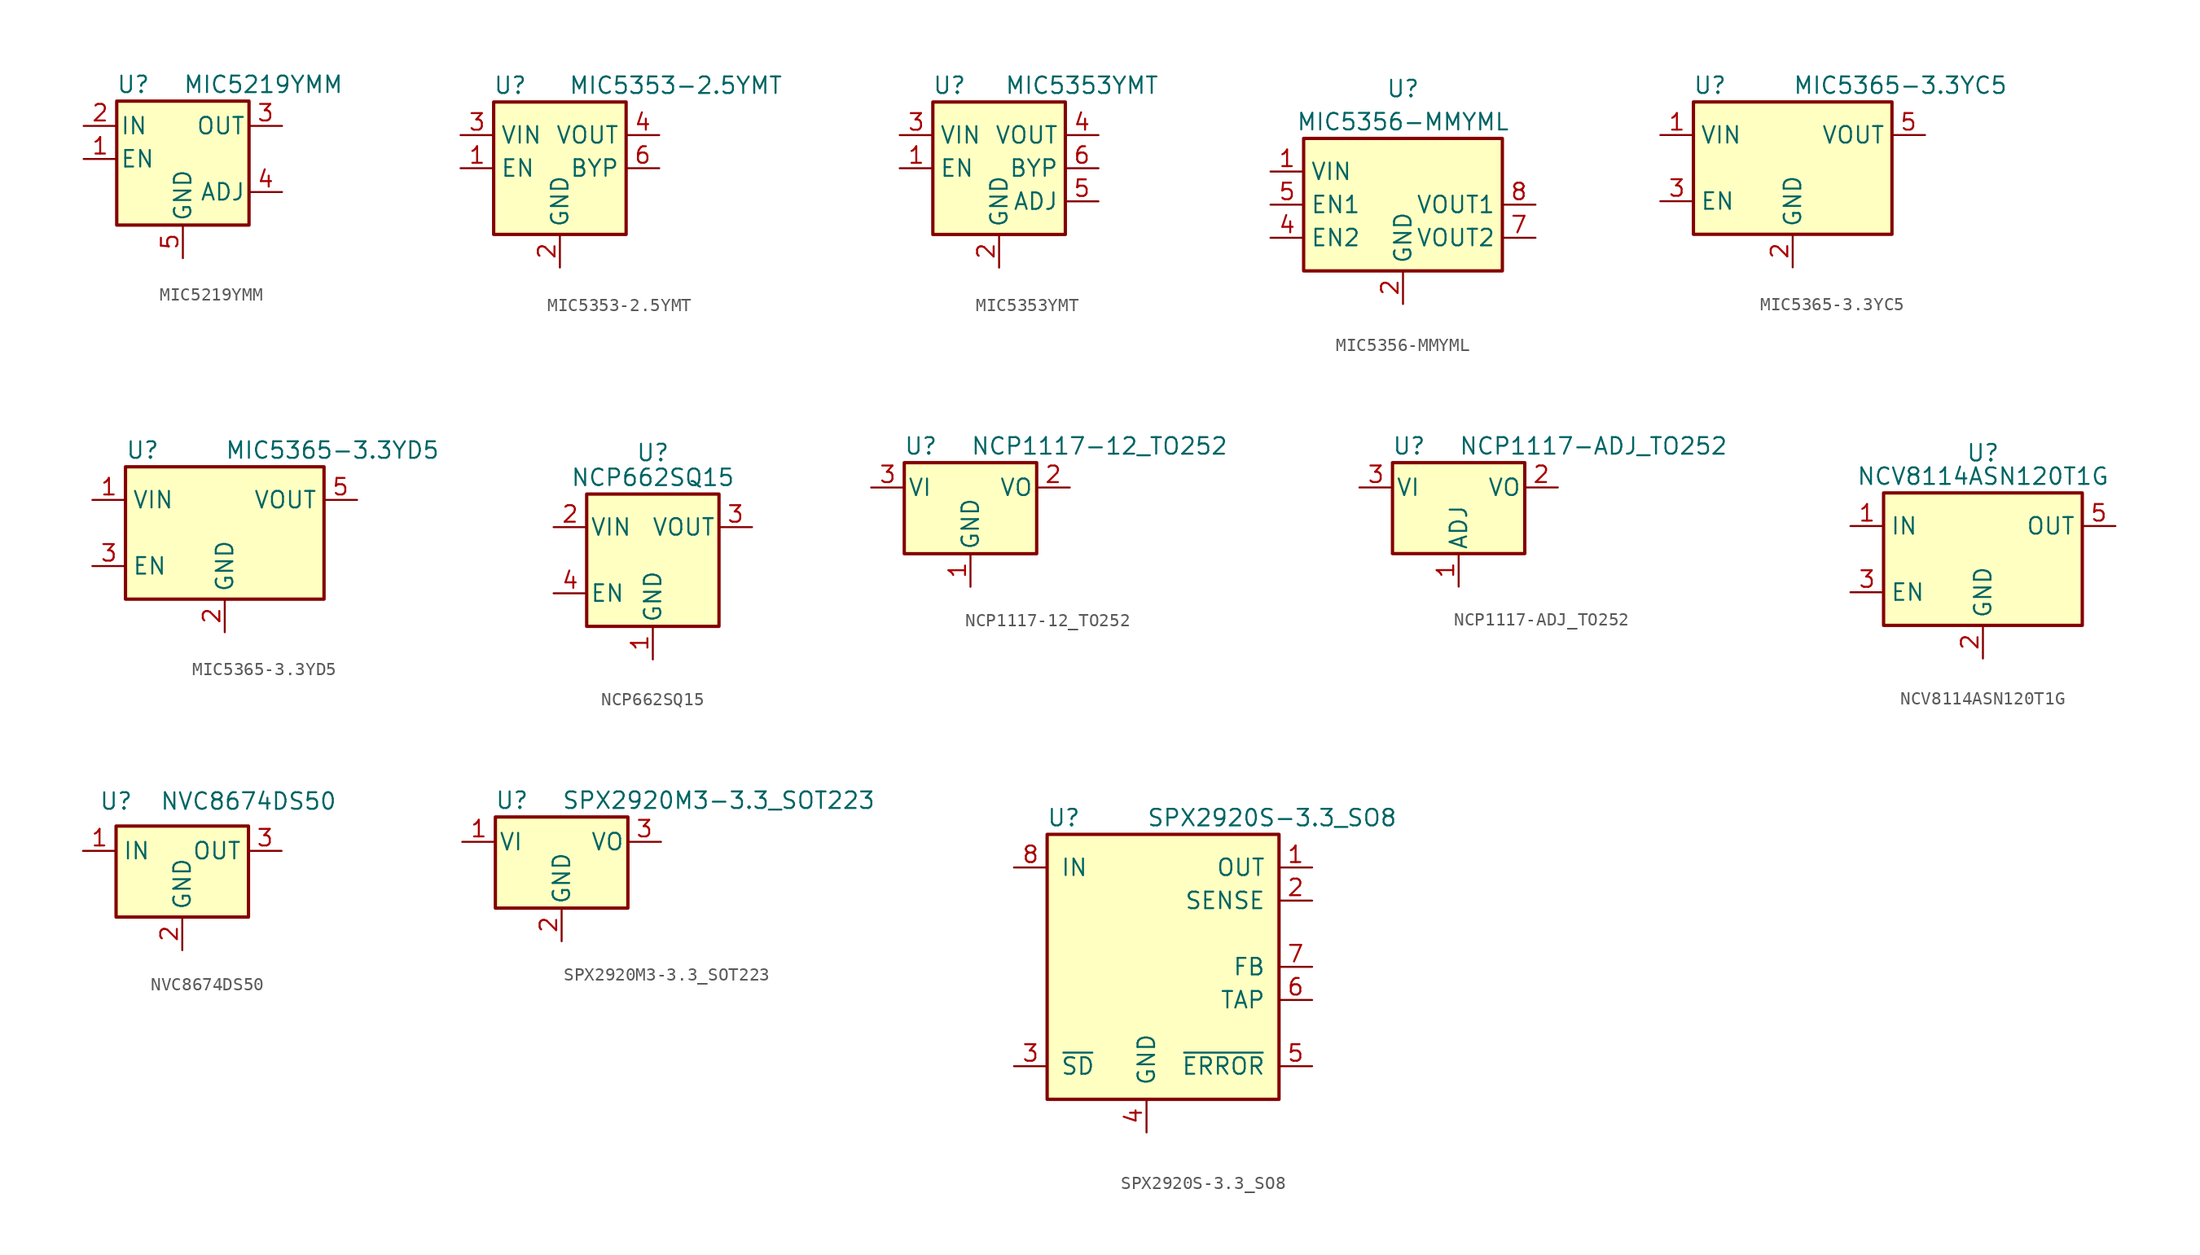
<source format=kicad_sym>
(kicad_symbol_lib
  (version 20220914)
  (generator kicad_symbol_editor)
  (symbol "MIC5219YMM"
    (pin_names
      (offset 0.254))
    (property "Reference" "U"
      (at -3.81 5.715 0)
      (effects (font (size 1.27 1.27))))
    (property "Value" "MIC5219YMM"
      (at 0 5.715 0)
      (effects (font (size 1.27 1.27)) (justify left)))
    (symbol "MIC5219YMM_0_1"
      (rectangle (start -5.08 4.445) (end 5.08 -5.08) (stroke (width 0.254) (type solid)) (fill (type background))))
    (symbol "MIC5219YMM_1_1"
      (pin input line (at -7.62 0 0) (length 2.54) (name "EN" (effects (font (size 1.27 1.27)))) (number "1" (effects (font (size 1.27 1.27)))))
      (pin power_in line (at -7.62 2.54 0) (length 2.54) (name "IN" (effects (font (size 1.27 1.27)))) (number "2" (effects (font (size 1.27 1.27)))))
      (pin power_out line (at 7.62 2.54 180) (length 2.54) (name "OUT" (effects (font (size 1.27 1.27)))) (number "3" (effects (font (size 1.27 1.27)))))
      (pin input line (at 7.62 -2.54 180) (length 2.54) (name "ADJ" (effects (font (size 1.27 1.27)))) (number "4" (effects (font (size 1.27 1.27)))))
      (pin power_in line (at 0 -7.62 90) (length 2.54) (name "GND" (effects (font (size 1.27 1.27)))) (number "5" (effects (font (size 1.27 1.27)))))
      (pin passive line (at 0 -7.62 90) (length 2.54) hide (name "GND" (effects (font (size 1.27 1.27)))) (number "6" (effects (font (size 1.27 1.27)))))
      (pin passive line (at 0 -7.62 90) (length 2.54) hide (name "GND" (effects (font (size 1.27 1.27)))) (number "7" (effects (font (size 1.27 1.27)))))
      (pin passive line (at 0 -7.62 90) (length 2.54) hide (name "GND" (effects (font (size 1.27 1.27)))) (number "8" (effects (font (size 1.27 1.27)))))))
  (symbol "MIC5353-2.5YMT"
    (property "Reference" "U"
      (at -3.81 6.35 0)
      (effects (font (size 1.27 1.27))))
    (property "Value" "MIC5353-2.5YMT"
      (at 8.89 6.35 0)
      (effects (font (size 1.27 1.27))))
    (symbol "MIC5353-2.5YMT_0_1"
      (rectangle (start -5.08 -5.08) (end 5.08 5.08) (stroke (width 0.254) (type solid)) (fill (type background)))
      (pin input line (at -7.62 0 0) (length 2.54) (name "EN" (effects (font (size 1.27 1.27)))) (number "1" (effects (font (size 1.27 1.27)))))
      (pin power_in line (at 0 -7.62 90) (length 2.54) (name "GND" (effects (font (size 1.27 1.27)))) (number "2" (effects (font (size 1.27 1.27)))))
      (pin power_in line (at -7.62 2.54 0) (length 2.54) (name "VIN" (effects (font (size 1.27 1.27)))) (number "3" (effects (font (size 1.27 1.27)))))
      (pin power_out line (at 7.62 2.54 180) (length 2.54) (name "VOUT" (effects (font (size 1.27 1.27)))) (number "4" (effects (font (size 1.27 1.27)))))
      (pin no_connect line (at 5.08 -2.54 180) (length 2.54) hide (name "NC" (effects (font (size 1.27 1.27)))) (number "5" (effects (font (size 1.27 1.27)))))
      (pin passive line (at 7.62 0 180) (length 2.54) (name "BYP" (effects (font (size 1.27 1.27)))) (number "6" (effects (font (size 1.27 1.27)))))
      (pin passive line (at 0 -7.62 90) (length 2.54) hide (name "GND" (effects (font (size 1.27 1.27)))) (number "7" (effects (font (size 1.27 1.27)))))))
  (symbol "MIC5353YMT"
    (property "Reference" "U"
      (at -3.81 6.35 0)
      (effects (font (size 1.27 1.27))))
    (property "Value" "MIC5353YMT"
      (at 6.35 6.35 0)
      (effects (font (size 1.27 1.27))))
    (symbol "MIC5353YMT_0_1"
      (rectangle (start -5.08 -5.08) (end 5.08 5.08) (stroke (width 0.254) (type solid)) (fill (type background)))
      (pin input line (at -7.62 0 0) (length 2.54) (name "EN" (effects (font (size 1.27 1.27)))) (number "1" (effects (font (size 1.27 1.27)))))
      (pin power_in line (at 0 -7.62 90) (length 2.54) (name "GND" (effects (font (size 1.27 1.27)))) (number "2" (effects (font (size 1.27 1.27)))))
      (pin power_in line (at -7.62 2.54 0) (length 2.54) (name "VIN" (effects (font (size 1.27 1.27)))) (number "3" (effects (font (size 1.27 1.27)))))
      (pin power_out line (at 7.62 2.54 180) (length 2.54) (name "VOUT" (effects (font (size 1.27 1.27)))) (number "4" (effects (font (size 1.27 1.27)))))
      (pin input line (at 7.62 -2.54 180) (length 2.54) (name "ADJ" (effects (font (size 1.27 1.27)))) (number "5" (effects (font (size 1.27 1.27)))))
      (pin passive line (at 7.62 0 180) (length 2.54) (name "BYP" (effects (font (size 1.27 1.27)))) (number "6" (effects (font (size 1.27 1.27)))))
      (pin passive line (at 0 -7.62 90) (length 2.54) hide (name "GND" (effects (font (size 1.27 1.27)))) (number "7" (effects (font (size 1.27 1.27)))))))
  (symbol "MIC5356-MMYML"
    (property "Reference" "U"
      (at 0 8.89 0)
      (effects (font (size 1.27 1.27))))
    (property "Value" "MIC5356-MMYML"
      (at 0 6.35 0)
      (effects (font (size 1.27 1.27))))
    (symbol "MIC5356-MMYML_0_1"
      (rectangle (start -7.62 5.08) (end 7.62 -5.08) (stroke (width 0.254) (type solid)) (fill (type background))))
    (symbol "MIC5356-MMYML_1_1"
      (pin power_in line (at -10.16 2.54 0) (length 2.54) (name "VIN" (effects (font (size 1.27 1.27)))) (number "1" (effects (font (size 1.27 1.27)))))
      (pin power_in line (at 0 -7.62 90) (length 2.54) (name "GND" (effects (font (size 1.27 1.27)))) (number "2" (effects (font (size 1.27 1.27)))))
      (pin no_connect line (at 0 5.08 270) (length 2.54) hide (name "NC" (effects (font (size 1.27 1.27)))) (number "3" (effects (font (size 1.27 1.27)))))
      (pin input line (at -10.16 -2.54 0) (length 2.54) (name "EN2" (effects (font (size 1.27 1.27)))) (number "4" (effects (font (size 1.27 1.27)))))
      (pin input line (at -10.16 0 0) (length 2.54) (name "EN1" (effects (font (size 1.27 1.27)))) (number "5" (effects (font (size 1.27 1.27)))))
      (pin no_connect line (at 7.62 2.54 180) (length 2.54) hide (name "NC" (effects (font (size 1.27 1.27)))) (number "6" (effects (font (size 1.27 1.27)))))
      (pin power_out line (at 10.16 -2.54 180) (length 2.54) (name "VOUT2" (effects (font (size 1.27 1.27)))) (number "7" (effects (font (size 1.27 1.27)))))
      (pin power_out line (at 10.16 0 180) (length 2.54) (name "VOUT1" (effects (font (size 1.27 1.27)))) (number "8" (effects (font (size 1.27 1.27)))))
      (pin passive line (at 0 -7.62 90) (length 2.54) hide (name "GND" (effects (font (size 1.27 1.27)))) (number "9" (effects (font (size 1.27 1.27)))))))
  (symbol "MIC5365-3.3YC5"
    (property "Reference" "U"
      (at -6.35 6.35 0)
      (effects (font (size 1.27 1.27))))
    (property "Value" "MIC5365-3.3YC5"
      (at 0 6.35 0)
      (effects (font (size 1.27 1.27)) (justify left)))
    (symbol "MIC5365-3.3YC5_0_1"
      (rectangle (start -7.62 -5.08) (end 7.62 5.08) (stroke (width 0.254) (type solid)) (fill (type background))))
    (symbol "MIC5365-3.3YC5_1_1"
      (pin power_in line (at -10.16 2.54 0) (length 2.54) (name "VIN" (effects (font (size 1.27 1.27)))) (number "1" (effects (font (size 1.27 1.27)))))
      (pin power_in line (at 0 -7.62 90) (length 2.54) (name "GND" (effects (font (size 1.27 1.27)))) (number "2" (effects (font (size 1.27 1.27)))))
      (pin input line (at -10.16 -2.54 0) (length 2.54) (name "EN" (effects (font (size 1.27 1.27)))) (number "3" (effects (font (size 1.27 1.27)))))
      (pin no_connect line (at 7.62 -2.54 180) (length 2.54) hide (name "NC" (effects (font (size 1.27 1.27)))) (number "4" (effects (font (size 1.27 1.27)))))
      (pin power_out line (at 10.16 2.54 180) (length 2.54) (name "VOUT" (effects (font (size 1.27 1.27)))) (number "5" (effects (font (size 1.27 1.27)))))))
  (symbol "MIC5365-3.3YD5"
    (property "Reference" "U"
      (at -7.62 6.35 0)
      (effects (font (size 1.27 1.27)) (justify left)))
    (property "Value" "MIC5365-3.3YD5"
      (at 0 6.35 0)
      (effects (font (size 1.27 1.27)) (justify left)))
    (symbol "MIC5365-3.3YD5_0_1"
      (rectangle (start -7.62 -5.08) (end 7.62 5.08) (stroke (width 0.254) (type solid)) (fill (type background))))
    (symbol "MIC5365-3.3YD5_1_1"
      (pin power_in line (at -10.16 2.54 0) (length 2.54) (name "VIN" (effects (font (size 1.27 1.27)))) (number "1" (effects (font (size 1.27 1.27)))))
      (pin power_in line (at 0 -7.62 90) (length 2.54) (name "GND" (effects (font (size 1.27 1.27)))) (number "2" (effects (font (size 1.27 1.27)))))
      (pin input line (at -10.16 -2.54 0) (length 2.54) (name "EN" (effects (font (size 1.27 1.27)))) (number "3" (effects (font (size 1.27 1.27)))))
      (pin no_connect line (at 7.62 -2.54 180) (length 2.54) hide (name "NC" (effects (font (size 1.27 1.27)))) (number "4" (effects (font (size 1.27 1.27)))))
      (pin power_out line (at 10.16 2.54 180) (length 2.54) (name "VOUT" (effects (font (size 1.27 1.27)))) (number "5" (effects (font (size 1.27 1.27)))))))
  (symbol "NCP662SQ15"
    (pin_names
      (offset 0.254))
    (property "Reference" "U"
      (at 0 8.255 0)
      (effects (font (size 1.27 1.27))))
    (property "Value" "NCP662SQ15"
      (at 0 6.35 0)
      (effects (font (size 1.27 1.27))))
    (symbol "NCP662SQ15_0_1"
      (rectangle (start -5.08 5.08) (end 5.08 -5.08) (stroke (width 0.254) (type solid)) (fill (type background))))
    (symbol "NCP662SQ15_1_1"
      (pin power_in line (at 0 -7.62 90) (length 2.54) (name "GND" (effects (font (size 1.27 1.27)))) (number "1" (effects (font (size 1.27 1.27)))))
      (pin power_in line (at -7.62 2.54 0) (length 2.54) (name "VIN" (effects (font (size 1.27 1.27)))) (number "2" (effects (font (size 1.27 1.27)))))
      (pin power_out line (at 7.62 2.54 180) (length 2.54) (name "VOUT" (effects (font (size 1.27 1.27)))) (number "3" (effects (font (size 1.27 1.27)))))
      (pin input line (at -7.62 -2.54 0) (length 2.54) (name "EN" (effects (font (size 1.27 1.27)))) (number "4" (effects (font (size 1.27 1.27)))))))
  (symbol "NCP1117-12_TO252"
    (pin_names
      (offset 0.254))
    (property "Reference" "U"
      (at -3.81 3.175 0)
      (effects (font (size 1.27 1.27))))
    (property "Value" "NCP1117-12_TO252"
      (at 0 3.175 0)
      (effects (font (size 1.27 1.27)) (justify left)))
    (symbol "NCP1117-12_TO252_0_1"
      (rectangle (start -5.08 1.905) (end 5.08 -5.08) (stroke (width 0.254) (type solid)) (fill (type background))))
    (symbol "NCP1117-12_TO252_1_1"
      (pin power_in line (at 0 -7.62 90) (length 2.54) (name "GND" (effects (font (size 1.27 1.27)))) (number "1" (effects (font (size 1.27 1.27)))))
      (pin power_out line (at 7.62 0 180) (length 2.54) (name "VO" (effects (font (size 1.27 1.27)))) (number "2" (effects (font (size 1.27 1.27)))))
      (pin power_in line (at -7.62 0 0) (length 2.54) (name "VI" (effects (font (size 1.27 1.27)))) (number "3" (effects (font (size 1.27 1.27)))))))
  (symbol "NCP1117-ADJ_TO252"
    (pin_names
      (offset 0.254))
    (property "Reference" "U"
      (at -3.81 3.175 0)
      (effects (font (size 1.27 1.27))))
    (property "Value" "NCP1117-ADJ_TO252"
      (at 0 3.175 0)
      (effects (font (size 1.27 1.27)) (justify left)))
    (symbol "NCP1117-ADJ_TO252_0_1"
      (rectangle (start -5.08 1.905) (end 5.08 -5.08) (stroke (width 0.254) (type solid)) (fill (type background))))
    (symbol "NCP1117-ADJ_TO252_1_1"
      (pin input line (at 0 -7.62 90) (length 2.54) (name "ADJ" (effects (font (size 1.27 1.27)))) (number "1" (effects (font (size 1.27 1.27)))))
      (pin power_out line (at 7.62 0 180) (length 2.54) (name "VO" (effects (font (size 1.27 1.27)))) (number "2" (effects (font (size 1.27 1.27)))))
      (pin power_in line (at -7.62 0 0) (length 2.54) (name "VI" (effects (font (size 1.27 1.27)))) (number "3" (effects (font (size 1.27 1.27)))))))
  (symbol "NCV8114ASN120T1G"
    (property "Reference" "U"
      (at 0 8.89 0)
      (effects (font (size 1.27 1.27)) (justify top)))
    (property "Value" "NCV8114ASN120T1G"
      (at 0 6.35 0)
      (effects (font (size 1.27 1.27))))
    (symbol "NCV8114ASN120T1G_0_1"
      (rectangle (start -7.62 5.08) (end 7.62 -5.08) (stroke (width 0.254) (type solid)) (fill (type background))))
    (symbol "NCV8114ASN120T1G_1_1"
      (pin power_in line (at -10.16 2.54 0) (length 2.54) (name "IN" (effects (font (size 1.27 1.27)))) (number "1" (effects (font (size 1.27 1.27)))))
      (pin power_in line (at 0 -7.62 90) (length 2.54) (name "GND" (effects (font (size 1.27 1.27)))) (number "2" (effects (font (size 1.27 1.27)))))
      (pin input line (at -10.16 -2.54 0) (length 2.54) (name "EN" (effects (font (size 1.27 1.27)))) (number "3" (effects (font (size 1.27 1.27)))))
      (pin no_connect line (at 7.62 -2.54 180) (length 2.54) hide (name "NC" (effects (font (size 1.27 1.27)))) (number "4" (effects (font (size 1.27 1.27)))))
      (pin power_out line (at 10.16 2.54 180) (length 2.54) (name "OUT" (effects (font (size 1.27 1.27)))) (number "5" (effects (font (size 1.27 1.27)))))))
  (symbol "NVC8674DS50"
    (property "Reference" "U"
      (at -5.08 3.81 0)
      (effects (font (size 1.27 1.27))))
    (property "Value" "NVC8674DS50"
      (at 5.08 3.81 0)
      (effects (font (size 1.27 1.27))))
    (symbol "NVC8674DS50_1_1"
      (rectangle (start -5.08 1.905) (end 5.08 -5.08) (stroke (width 0.254) (type solid)) (fill (type background)))
      (pin power_in line (at -7.62 0 0) (length 2.54) (name "IN" (effects (font (size 1.27 1.27)))) (number "1" (effects (font (size 1.27 1.27)))))
      (pin power_in line (at 0 -7.62 90) (length 2.54) (name "GND" (effects (font (size 1.27 1.27)))) (number "2" (effects (font (size 1.27 1.27)))))
      (pin power_out line (at 7.62 0 180) (length 2.54) (name "OUT" (effects (font (size 1.27 1.27)))) (number "3" (effects (font (size 1.27 1.27)))))))
  (symbol "SPX2920M3-3.3_SOT223"
    (pin_names
      (offset 0.254))
    (property "Reference" "U"
      (at -3.81 3.175 0)
      (effects (font (size 1.27 1.27))))
    (property "Value" "SPX2920M3-3.3_SOT223"
      (at 0 3.175 0)
      (effects (font (size 1.27 1.27)) (justify left)))
    (symbol "SPX2920M3-3.3_SOT223_0_1"
      (rectangle (start -5.08 -5.08) (end 5.08 1.905) (stroke (width 0.254) (type solid)) (fill (type background))))
    (symbol "SPX2920M3-3.3_SOT223_1_1"
      (pin power_in line (at -7.62 0 0) (length 2.54) (name "VI" (effects (font (size 1.27 1.27)))) (number "1" (effects (font (size 1.27 1.27)))))
      (pin power_in line (at 0 -7.62 90) (length 2.54) (name "GND" (effects (font (size 1.27 1.27)))) (number "2" (effects (font (size 1.27 1.27)))))
      (pin power_out line (at 7.62 0 180) (length 2.54) (name "VO" (effects (font (size 1.27 1.27)))) (number "3" (effects (font (size 1.27 1.27)))))))
  (symbol "SPX2920S-3.3_SO8"
    (pin_names
      (offset 1.016))
    (property "Reference" "U"
      (at -6.35 3.81 0)
      (effects (font (size 1.27 1.27))))
    (property "Value" "SPX2920S-3.3_SO8"
      (at 0 3.81 0)
      (effects (font (size 1.27 1.27)) (justify left)))
    (symbol "SPX2920S-3.3_SO8_0_1"
      (rectangle (start -7.62 2.54) (end 10.16 -17.78) (stroke (width 0.254) (type solid)) (fill (type background))))
    (symbol "SPX2920S-3.3_SO8_1_1"
      (pin power_out line (at 12.7 0 180) (length 2.54) (name "OUT" (effects (font (size 1.27 1.27)))) (number "1" (effects (font (size 1.27 1.27)))))
      (pin passive line (at 12.7 -2.54 180) (length 2.54) (name "SENSE" (effects (font (size 1.27 1.27)))) (number "2" (effects (font (size 1.27 1.27)))))
      (pin input line (at -10.16 -15.24 0) (length 2.54) (name "~{SD}" (effects (font (size 1.27 1.27)))) (number "3" (effects (font (size 1.27 1.27)))))
      (pin power_in line (at 0 -20.32 90) (length 2.54) (name "GND" (effects (font (size 1.27 1.27)))) (number "4" (effects (font (size 1.27 1.27)))))
      (pin output line (at 12.7 -15.24 180) (length 2.54) (name "~{ERROR}" (effects (font (size 1.27 1.27)))) (number "5" (effects (font (size 1.27 1.27)))))
      (pin passive line (at 12.7 -10.16 180) (length 2.54) (name "TAP" (effects (font (size 1.27 1.27)))) (number "6" (effects (font (size 1.27 1.27)))))
      (pin passive line (at 12.7 -7.62 180) (length 2.54) (name "FB" (effects (font (size 1.27 1.27)))) (number "7" (effects (font (size 1.27 1.27)))))
      (pin power_in line (at -10.16 0 0) (length 2.54) (name "IN" (effects (font (size 1.27 1.27)))) (number "8" (effects (font (size 1.27 1.27))))))))
</source>
